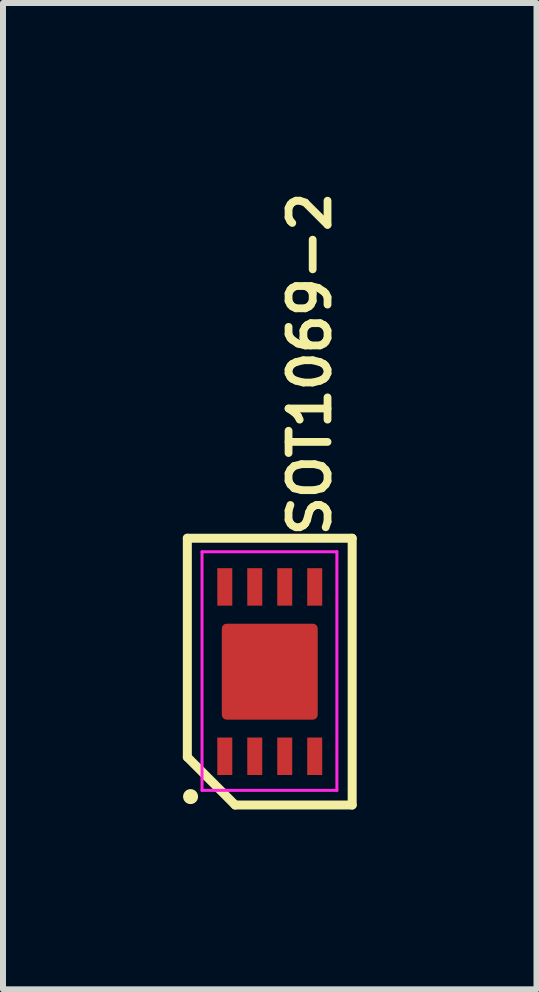
<source format=kicad_pcb>
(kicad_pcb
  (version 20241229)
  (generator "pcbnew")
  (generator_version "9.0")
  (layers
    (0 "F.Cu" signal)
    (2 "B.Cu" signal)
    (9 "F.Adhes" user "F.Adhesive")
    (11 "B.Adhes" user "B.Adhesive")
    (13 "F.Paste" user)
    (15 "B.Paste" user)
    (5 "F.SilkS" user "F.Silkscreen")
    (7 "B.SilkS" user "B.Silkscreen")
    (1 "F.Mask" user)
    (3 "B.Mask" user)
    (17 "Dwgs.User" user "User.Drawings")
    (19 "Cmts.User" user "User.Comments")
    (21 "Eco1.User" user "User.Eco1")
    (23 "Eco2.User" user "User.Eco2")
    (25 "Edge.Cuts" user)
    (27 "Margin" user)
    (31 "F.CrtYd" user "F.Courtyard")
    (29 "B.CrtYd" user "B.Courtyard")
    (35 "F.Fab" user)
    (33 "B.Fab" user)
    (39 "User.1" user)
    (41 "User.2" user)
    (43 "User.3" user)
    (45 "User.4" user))
  (footprint "SOT1069-2"
    (layer "F.Cu")
    (at 1.45 8.155)
    (property "Reference" "SOT1069-2" (at 1.05 -2.2 90) (layer "F.SilkS") (effects (font (size 0.65 0.65) (thickness 0.13)) (justify left bottom)))
    (attr smd)
    (fp_line (start -1.375 -2.226) (end 1.375 -2.226) (stroke (width 0.15) (type solid)) (layer "F.SilkS"))
    (fp_line (start -1.375 1.425) (end -1.375 -2.226) (stroke (width 0.15) (type solid)) (layer "F.SilkS"))
    (fp_line (start -0.577 2.224) (end -1.375 1.425) (stroke (width 0.15) (type solid)) (layer "F.SilkS"))
    (fp_line (start 1.375 -2.226) (end 1.375 2.224) (stroke (width 0.15) (type solid)) (layer "F.SilkS"))
    (fp_line (start 1.375 2.224) (end -0.577 2.224) (stroke (width 0.15) (type solid)) (layer "F.SilkS"))
    (fp_circle (center -1.321 2.084) (end -1.271 2.084) (stroke (width 0.15) (type solid)) (fill yes) (layer "F.SilkS"))
    (fp_line (start -1.13 -2) (end 1.12 -2) (stroke (width 0.05) (type solid)) (layer "F.CrtYd"))
    (fp_line (start -1.13 1.98) (end -1.13 -2) (stroke (width 0.05) (type solid)) (layer "F.CrtYd"))
    (fp_line (start 1.12 -2) (end 1.12 1.98) (stroke (width 0.05) (type solid)) (layer "F.CrtYd"))
    (fp_line (start 1.12 1.98) (end -1.13 1.98) (stroke (width 0.05) (type solid)) (layer "F.CrtYd"))
    (fp_rect (start -1 -1.5) (end 0.998 1.499) (stroke (width 0.1) (type solid)) (fill no) (layer "User.5"))
    (fp_line (start -1 -1.5) (end -1 1.499) (stroke (width 0.02) (type solid)) (layer "User.9"))
    (fp_line (start -1 -1.5) (end 0.998 -1.5) (stroke (width 0.02) (type solid)) (layer "User.9"))
    (fp_line (start 0.498 -1.2) (end 0.498 -1.2) (stroke (width 0.02) (type solid)) (layer "User.9"))
    (fp_line (start 0.498 -1.2) (end 0.499 -1.19) (stroke (width 0.02) (type solid)) (layer "User.9"))
    (fp_line (start 0.499 -1.212) (end 0.498 -1.2) (stroke (width 0.02) (type solid)) (layer "User.9"))
    (fp_line (start 0.499 -1.19) (end 0.5 -1.18) (stroke (width 0.02) (type solid)) (layer "User.9"))
    (fp_line (start 0.5 -1.222) (end 0.499 -1.212) (stroke (width 0.02) (type solid)) (layer "User.9"))
    (fp_line (start 0.5 -1.18) (end 0.501 -1.17) (stroke (width 0.02) (type solid)) (layer "User.9"))
    (fp_line (start 0.501 -1.232) (end 0.5 -1.222) (stroke (width 0.02) (type solid)) (layer "User.9"))
    (fp_line (start 0.501 -1.17) (end 0.503 -1.16) (stroke (width 0.02) (type solid)) (layer "User.9"))
    (fp_line (start 0.503 -1.242) (end 0.501 -1.232) (stroke (width 0.02) (type solid)) (layer "User.9"))
    (fp_line (start 0.503 -1.16) (end 0.505 -1.151) (stroke (width 0.02) (type solid)) (layer "User.9"))
    (fp_line (start 0.505 -1.25) (end 0.503 -1.242) (stroke (width 0.02) (type solid)) (layer "User.9"))
    (fp_line (start 0.505 -1.151) (end 0.507 -1.141) (stroke (width 0.02) (type solid)) (layer "User.9"))
    (fp_line (start 0.507 -1.26) (end 0.505 -1.25) (stroke (width 0.02) (type solid)) (layer "User.9"))
    (fp_line (start 0.507 -1.141) (end 0.512 -1.133) (stroke (width 0.02) (type solid)) (layer "User.9"))
    (fp_line (start 0.512 -1.27) (end 0.507 -1.26) (stroke (width 0.02) (type solid)) (layer "User.9"))
    (fp_line (start 0.512 -1.133) (end 0.515 -1.123) (stroke (width 0.02) (type solid)) (layer "User.9"))
    (fp_line (start 0.515 -1.278) (end 0.512 -1.27) (stroke (width 0.02) (type solid)) (layer "User.9"))
    (fp_line (start 0.515 -1.123) (end 0.519 -1.115) (stroke (width 0.02) (type solid)) (layer "User.9"))
    (fp_line (start 0.519 -1.287) (end 0.515 -1.278) (stroke (width 0.02) (type solid)) (layer "User.9"))
    (fp_line (start 0.519 -1.115) (end 0.524 -1.105) (stroke (width 0.02) (type solid)) (layer "User.9"))
    (fp_line (start 0.524 -1.297) (end 0.519 -1.287) (stroke (width 0.02) (type solid)) (layer "User.9"))
    (fp_line (start 0.524 -1.105) (end 0.528 -1.097) (stroke (width 0.02) (type solid)) (layer "User.9"))
    (fp_line (start 0.528 -1.305) (end 0.524 -1.297) (stroke (width 0.02) (type solid)) (layer "User.9"))
    (fp_line (start 0.528 -1.097) (end 0.534 -1.089) (stroke (width 0.02) (type solid)) (layer "User.9"))
    (fp_line (start 0.534 -1.313) (end 0.528 -1.305) (stroke (width 0.02) (type solid)) (layer "User.9"))
    (fp_line (start 0.534 -1.089) (end 0.539 -1.081) (stroke (width 0.02) (type solid)) (layer "User.9"))
    (fp_line (start 0.539 -1.321) (end 0.534 -1.313) (stroke (width 0.02) (type solid)) (layer "User.9"))
    (fp_line (start 0.539 -1.081) (end 0.545 -1.073) (stroke (width 0.02) (type solid)) (layer "User.9"))
    (fp_line (start 0.545 -1.329) (end 0.539 -1.321) (stroke (width 0.02) (type solid)) (layer "User.9"))
    (fp_line (start 0.545 -1.073) (end 0.551 -1.067) (stroke (width 0.02) (type solid)) (layer "User.9"))
    (fp_line (start 0.551 -1.335) (end 0.545 -1.329) (stroke (width 0.02) (type solid)) (layer "User.9"))
    (fp_line (start 0.551 -1.067) (end 0.558 -1.059) (stroke (width 0.02) (type solid)) (layer "User.9"))
    (fp_line (start 0.558 -1.343) (end 0.551 -1.335) (stroke (width 0.02) (type solid)) (layer "User.9"))
    (fp_line (start 0.558 -1.059) (end 0.565 -1.053) (stroke (width 0.02) (type solid)) (layer "User.9"))
    (fp_line (start 0.565 -1.349) (end 0.558 -1.343) (stroke (width 0.02) (type solid)) (layer "User.9"))
    (fp_line (start 0.565 -1.053) (end 0.572 -1.047) (stroke (width 0.02) (type solid)) (layer "User.9"))
    (fp_line (start 0.572 -1.355) (end 0.565 -1.349) (stroke (width 0.02) (type solid)) (layer "User.9"))
    (fp_line (start 0.572 -1.047) (end 0.579 -1.041) (stroke (width 0.02) (type solid)) (layer "User.9"))
    (fp_line (start 0.579 -1.361) (end 0.572 -1.355) (stroke (width 0.02) (type solid)) (layer "User.9"))
    (fp_line (start 0.579 -1.041) (end 0.587 -1.035) (stroke (width 0.02) (type solid)) (layer "User.9"))
    (fp_line (start 0.587 -1.367) (end 0.579 -1.361) (stroke (width 0.02) (type solid)) (layer "User.9"))
    (fp_line (start 0.587 -1.035) (end 0.595 -1.029) (stroke (width 0.02) (type solid)) (layer "User.9"))
    (fp_line (start 0.595 -1.373) (end 0.587 -1.367) (stroke (width 0.02) (type solid)) (layer "User.9"))
    (fp_line (start 0.595 -1.029) (end 0.603 -1.025) (stroke (width 0.02) (type solid)) (layer "User.9"))
    (fp_line (start 0.603 -1.377) (end 0.595 -1.373) (stroke (width 0.02) (type solid)) (layer "User.9"))
    (fp_line (start 0.603 -1.025) (end 0.612 -1.02) (stroke (width 0.02) (type solid)) (layer "User.9"))
    (fp_line (start 0.612 -1.381) (end 0.603 -1.377) (stroke (width 0.02) (type solid)) (layer "User.9"))
    (fp_line (start 0.612 -1.02) (end 0.621 -1.016) (stroke (width 0.02) (type solid)) (layer "User.9"))
    (fp_line (start 0.621 -1.385) (end 0.612 -1.381) (stroke (width 0.02) (type solid)) (layer "User.9"))
    (fp_line (start 0.621 -1.016) (end 0.63 -1.014) (stroke (width 0.02) (type solid)) (layer "User.9"))
    (fp_line (start 0.63 -1.389) (end 0.621 -1.385) (stroke (width 0.02) (type solid)) (layer "User.9"))
    (fp_line (start 0.63 -1.014) (end 0.64 -1.01) (stroke (width 0.02) (type solid)) (layer "User.9"))
    (fp_line (start 0.64 -1.393) (end 0.63 -1.389) (stroke (width 0.02) (type solid)) (layer "User.9"))
    (fp_line (start 0.64 -1.01) (end 0.65 -1.008) (stroke (width 0.02) (type solid)) (layer "User.9"))
    (fp_line (start 0.65 -1.395) (end 0.64 -1.393) (stroke (width 0.02) (type solid)) (layer "User.9"))
    (fp_line (start 0.65 -1.008) (end 0.659 -1.006) (stroke (width 0.02) (type solid)) (layer "User.9"))
    (fp_line (start 0.659 -1.397) (end 0.65 -1.395) (stroke (width 0.02) (type solid)) (layer "User.9"))
    (fp_line (start 0.659 -1.006) (end 0.669 -1.004) (stroke (width 0.02) (type solid)) (layer "User.9"))
    (fp_line (start 0.669 -1.399) (end 0.659 -1.397) (stroke (width 0.02) (type solid)) (layer "User.9"))
    (fp_line (start 0.669 -1.004) (end 0.679 -1.002) (stroke (width 0.02) (type solid)) (layer "User.9"))
    (fp_line (start 0.679 -1.399) (end 0.669 -1.399) (stroke (width 0.02) (type solid)) (layer "User.9"))
    (fp_line (start 0.679 -1.002) (end 0.689 -1.002) (stroke (width 0.02) (type solid)) (layer "User.9"))
    (fp_line (start 0.689 -1.401) (end 0.679 -1.399) (stroke (width 0.02) (type solid)) (layer "User.9"))
    (fp_line (start 0.689 -1.002) (end 0.7 -1) (stroke (width 0.02) (type solid)) (layer "User.9"))
    (fp_line (start 0.7 -1.401) (end 0.689 -1.401) (stroke (width 0.02) (type solid)) (layer "User.9"))
    (fp_line (start 0.7 -1.401) (end 0.7 -1.401) (stroke (width 0.02) (type solid)) (layer "User.9"))
    (fp_line (start 0.7 -1) (end 0.7 -1) (stroke (width 0.02) (type solid)) (layer "User.9"))
    (fp_line (start 0.7 -1) (end 0.709 -1.002) (stroke (width 0.02) (type solid)) (layer "User.9"))
    (fp_line (start 0.709 -1.401) (end 0.7 -1.401) (stroke (width 0.02) (type solid)) (layer "User.9"))
    (fp_line (start 0.709 -1.002) (end 0.719 -1.002) (stroke (width 0.02) (type solid)) (layer "User.9"))
    (fp_line (start 0.719 -1.399) (end 0.709 -1.401) (stroke (width 0.02) (type solid)) (layer "User.9"))
    (fp_line (start 0.719 -1.002) (end 0.729 -1.004) (stroke (width 0.02) (type solid)) (layer "User.9"))
    (fp_line (start 0.729 -1.399) (end 0.719 -1.399) (stroke (width 0.02) (type solid)) (layer "User.9"))
    (fp_line (start 0.729 -1.004) (end 0.739 -1.006) (stroke (width 0.02) (type solid)) (layer "User.9"))
    (fp_line (start 0.739 -1.397) (end 0.729 -1.399) (stroke (width 0.02) (type solid)) (layer "User.9"))
    (fp_line (start 0.739 -1.006) (end 0.748 -1.008) (stroke (width 0.02) (type solid)) (layer "User.9"))
    (fp_line (start 0.748 -1.395) (end 0.739 -1.397) (stroke (width 0.02) (type solid)) (layer "User.9"))
    (fp_line (start 0.748 -1.008) (end 0.758 -1.01) (stroke (width 0.02) (type solid)) (layer "User.9"))
    (fp_line (start 0.758 -1.393) (end 0.748 -1.395) (stroke (width 0.02) (type solid)) (layer "User.9"))
    (fp_line (start 0.758 -1.01) (end 0.768 -1.014) (stroke (width 0.02) (type solid)) (layer "User.9"))
    (fp_line (start 0.768 -1.389) (end 0.758 -1.393) (stroke (width 0.02) (type solid)) (layer "User.9"))
    (fp_line (start 0.768 -1.014) (end 0.777 -1.016) (stroke (width 0.02) (type solid)) (layer "User.9"))
    (fp_line (start 0.777 -1.385) (end 0.768 -1.389) (stroke (width 0.02) (type solid)) (layer "User.9"))
    (fp_line (start 0.777 -1.016) (end 0.786 -1.02) (stroke (width 0.02) (type solid)) (layer "User.9"))
    (fp_line (start 0.786 -1.381) (end 0.777 -1.385) (stroke (width 0.02) (type solid)) (layer "User.9"))
    (fp_line (start 0.786 -1.02) (end 0.795 -1.025) (stroke (width 0.02) (type solid)) (layer "User.9"))
    (fp_line (start 0.795 -1.377) (end 0.786 -1.381) (stroke (width 0.02) (type solid)) (layer "User.9"))
    (fp_line (start 0.795 -1.025) (end 0.803 -1.029) (stroke (width 0.02) (type solid)) (layer "User.9"))
    (fp_line (start 0.803 -1.373) (end 0.795 -1.377) (stroke (width 0.02) (type solid)) (layer "User.9"))
    (fp_line (start 0.803 -1.029) (end 0.811 -1.035) (stroke (width 0.02) (type solid)) (layer "User.9"))
    (fp_line (start 0.811 -1.367) (end 0.803 -1.373) (stroke (width 0.02) (type solid)) (layer "User.9"))
    (fp_line (start 0.811 -1.035) (end 0.819 -1.041) (stroke (width 0.02) (type solid)) (layer "User.9"))
    (fp_line (start 0.819 -1.361) (end 0.811 -1.367) (stroke (width 0.02) (type solid)) (layer "User.9"))
    (fp_line (start 0.819 -1.041) (end 0.827 -1.047) (stroke (width 0.02) (type solid)) (layer "User.9"))
    (fp_line (start 0.827 -1.355) (end 0.819 -1.361) (stroke (width 0.02) (type solid)) (layer "User.9"))
    (fp_line (start 0.827 -1.047) (end 0.833 -1.053) (stroke (width 0.02) (type solid)) (layer "User.9"))
    (fp_line (start 0.833 -1.349) (end 0.827 -1.355) (stroke (width 0.02) (type solid)) (layer "User.9"))
    (fp_line (start 0.833 -1.053) (end 0.84 -1.059) (stroke (width 0.02) (type solid)) (layer "User.9"))
    (fp_line (start 0.84 -1.343) (end 0.833 -1.349) (stroke (width 0.02) (type solid)) (layer "User.9"))
    (fp_line (start 0.84 -1.059) (end 0.847 -1.067) (stroke (width 0.02) (type solid)) (layer "User.9"))
    (fp_line (start 0.847 -1.335) (end 0.84 -1.343) (stroke (width 0.02) (type solid)) (layer "User.9"))
    (fp_line (start 0.847 -1.067) (end 0.853 -1.073) (stroke (width 0.02) (type solid)) (layer "User.9"))
    (fp_line (start 0.853 -1.329) (end 0.847 -1.335) (stroke (width 0.02) (type solid)) (layer "User.9"))
    (fp_line (start 0.853 -1.073) (end 0.859 -1.081) (stroke (width 0.02) (type solid)) (layer "User.9"))
    (fp_line (start 0.859 -1.321) (end 0.853 -1.329) (stroke (width 0.02) (type solid)) (layer "User.9"))
    (fp_line (start 0.859 -1.081) (end 0.864 -1.089) (stroke (width 0.02) (type solid)) (layer "User.9"))
    (fp_line (start 0.864 -1.313) (end 0.859 -1.321) (stroke (width 0.02) (type solid)) (layer "User.9"))
    (fp_line (start 0.864 -1.089) (end 0.87 -1.097) (stroke (width 0.02) (type solid)) (layer "User.9"))
    (fp_line (start 0.87 -1.305) (end 0.864 -1.313) (stroke (width 0.02) (type solid)) (layer "User.9"))
    (fp_line (start 0.87 -1.097) (end 0.874 -1.105) (stroke (width 0.02) (type solid)) (layer "User.9"))
    (fp_line (start 0.874 -1.297) (end 0.87 -1.305) (stroke (width 0.02) (type solid)) (layer "User.9"))
    (fp_line (start 0.874 -1.105) (end 0.879 -1.115) (stroke (width 0.02) (type solid)) (layer "User.9"))
    (fp_line (start 0.879 -1.287) (end 0.874 -1.297) (stroke (width 0.02) (type solid)) (layer "User.9"))
    (fp_line (start 0.879 -1.115) (end 0.883 -1.123) (stroke (width 0.02) (type solid)) (layer "User.9"))
    (fp_line (start 0.883 -1.278) (end 0.879 -1.287) (stroke (width 0.02) (type solid)) (layer "User.9"))
    (fp_line (start 0.883 -1.123) (end 0.886 -1.133) (stroke (width 0.02) (type solid)) (layer "User.9"))
    (fp_line (start 0.886 -1.27) (end 0.883 -1.278) (stroke (width 0.02) (type solid)) (layer "User.9"))
    (fp_line (start 0.886 -1.133) (end 0.89 -1.141) (stroke (width 0.02) (type solid)) (layer "User.9"))
    (fp_line (start 0.89 -1.26) (end 0.886 -1.27) (stroke (width 0.02) (type solid)) (layer "User.9"))
    (fp_line (start 0.89 -1.141) (end 0.892 -1.151) (stroke (width 0.02) (type solid)) (layer "User.9"))
    (fp_line (start 0.892 -1.25) (end 0.89 -1.26) (stroke (width 0.02) (type solid)) (layer "User.9"))
    (fp_line (start 0.892 -1.151) (end 0.894 -1.16) (stroke (width 0.02) (type solid)) (layer "User.9"))
    (fp_line (start 0.894 -1.242) (end 0.892 -1.25) (stroke (width 0.02) (type solid)) (layer "User.9"))
    (fp_line (start 0.894 -1.16) (end 0.897 -1.17) (stroke (width 0.02) (type solid)) (layer "User.9"))
    (fp_line (start 0.897 -1.232) (end 0.894 -1.242) (stroke (width 0.02) (type solid)) (layer "User.9"))
    (fp_line (start 0.897 -1.17) (end 0.898 -1.18) (stroke (width 0.02) (type solid)) (layer "User.9"))
    (fp_line (start 0.898 -1.222) (end 0.897 -1.232) (stroke (width 0.02) (type solid)) (layer "User.9"))
    (fp_line (start 0.898 -1.18) (end 0.899 -1.19) (stroke (width 0.02) (type solid)) (layer "User.9"))
    (fp_line (start 0.899 -1.212) (end 0.898 -1.222) (stroke (width 0.02) (type solid)) (layer "User.9"))
    (fp_line (start 0.899 -1.2) (end 0.899 -1.212) (stroke (width 0.02) (type solid)) (layer "User.9"))
    (fp_line (start 0.899 -1.2) (end 0.899 -1.2) (stroke (width 0.02) (type solid)) (layer "User.9"))
    (fp_line (start 0.899 -1.2) (end 0.899 -1.2) (stroke (width 0.02) (type solid)) (layer "User.9"))
    (fp_line (start 0.899 -1.19) (end 0.899 -1.2) (stroke (width 0.02) (type solid)) (layer "User.9"))
    (fp_line (start 0.998 -1.5) (end 0.998 1.499) (stroke (width 0.02) (type solid)) (layer "User.9"))
    (pad "1" smd rect (at -0.75 1.411) (size 0.25 0.625) (layers "F.Cu" "F.Mask" "F.Paste"))
    (pad "2" smd rect (at -0.25 1.411) (size 0.25 0.625) (layers "F.Cu" "F.Mask" "F.Paste"))
    (pad "3" smd rect (at 0.25 1.411) (size 0.25 0.625) (layers "F.Cu" "F.Mask" "F.Paste"))
    (pad "4" smd rect (at 0.75 1.411) (size 0.25 0.625) (layers "F.Cu" "F.Mask" "F.Paste"))
    (pad "5" smd rect (at 0.75 -1.414) (size 0.25 0.625) (layers "F.Cu" "F.Mask" "F.Paste"))
    (pad "6" smd rect (at 0.25 -1.414) (size 0.25 0.625) (layers "F.Cu" "F.Mask" "F.Paste"))
    (pad "7" smd rect (at -0.25 -1.414) (size 0.25 0.625) (layers "F.Cu" "F.Mask" "F.Paste"))
    (pad "8" smd rect (at -0.75 -1.414) (size 0.25 0.625) (layers "F.Cu" "F.Mask" "F.Paste"))
    (pad "EP" smd roundrect (at 0 0) (size 1.6 1.6) (layers "F.Cu" "F.Mask" "F.Paste") (roundrect_rratio 0.05)))
  (gr_rect
    (start -3 -3)
    (end 5.9 13.454)
    (stroke (width 0.1) (type default))
    (fill no)
    (layer "Edge.Cuts")))
</source>
